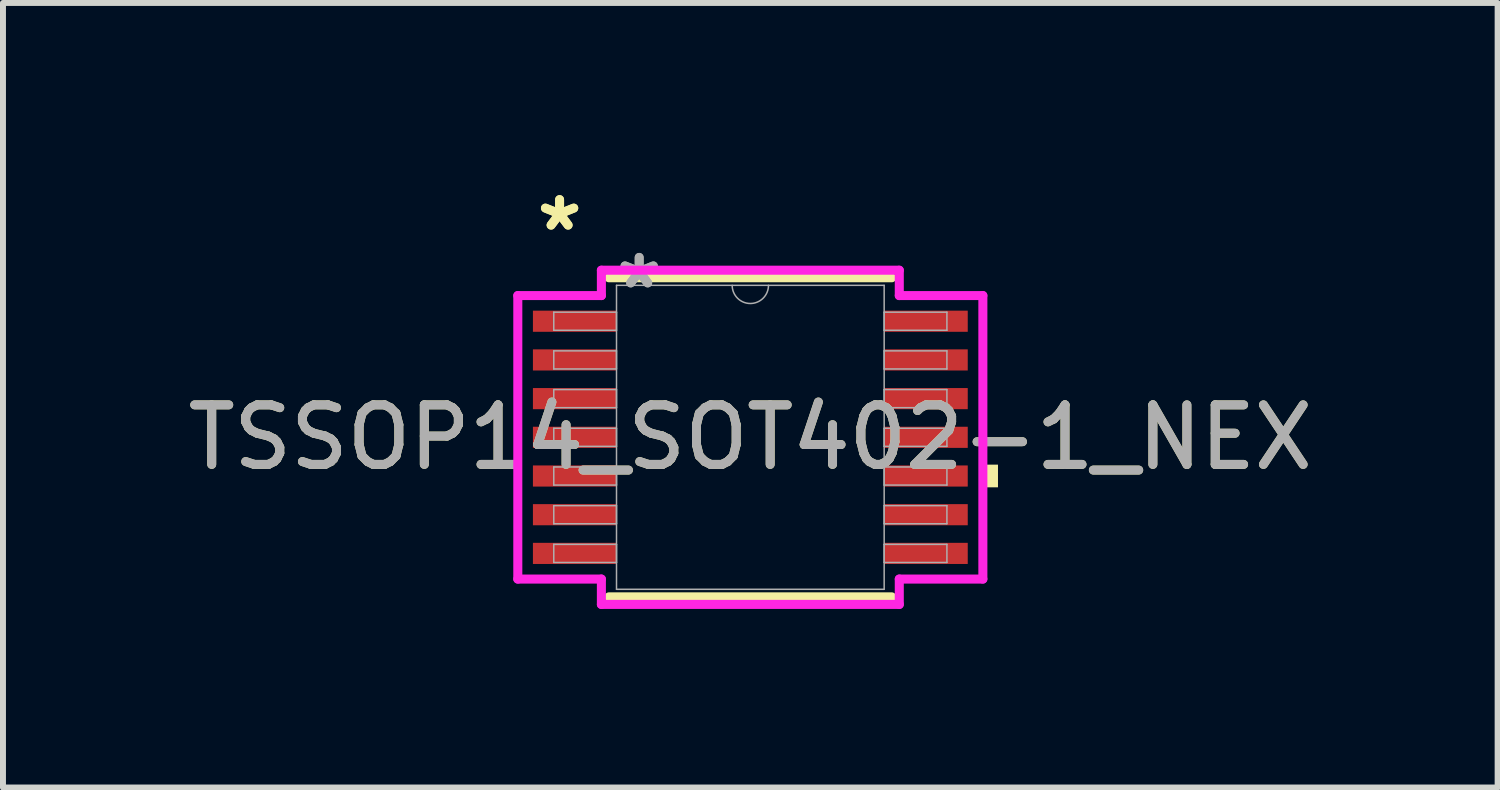
<source format=kicad_pcb>
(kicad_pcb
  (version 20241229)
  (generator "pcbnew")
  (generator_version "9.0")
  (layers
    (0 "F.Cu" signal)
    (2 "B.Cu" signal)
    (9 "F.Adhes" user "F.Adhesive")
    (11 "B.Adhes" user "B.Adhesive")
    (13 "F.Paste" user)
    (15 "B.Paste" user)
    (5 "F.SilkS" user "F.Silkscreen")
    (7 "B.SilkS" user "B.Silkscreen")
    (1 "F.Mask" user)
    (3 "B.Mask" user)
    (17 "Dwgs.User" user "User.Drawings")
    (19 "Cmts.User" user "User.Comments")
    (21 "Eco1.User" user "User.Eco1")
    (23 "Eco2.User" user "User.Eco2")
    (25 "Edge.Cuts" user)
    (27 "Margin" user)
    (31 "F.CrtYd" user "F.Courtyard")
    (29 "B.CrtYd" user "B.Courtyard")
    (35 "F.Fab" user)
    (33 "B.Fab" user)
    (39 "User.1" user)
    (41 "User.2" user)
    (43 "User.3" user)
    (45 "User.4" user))
  (footprint "TSSOP14_SOT402-1_NEX"
    (layer "F.Cu")
    (at 9.554 4.296)
    (property "Reference" "TSSOP14_SOT402-1_NEX" (at 0 0 0) (unlocked yes) (layer "F.SilkS") (effects (font (size 1 1) (thickness 0.15))))
    (attr smd)
    (fp_line (start -2.375 2.68) (end 2.375 2.68) (stroke (width 0.152) (type solid)) (layer "F.SilkS"))
    (fp_line (start 2.375 -2.68) (end -2.375 -2.68) (stroke (width 0.152) (type solid)) (layer "F.SilkS"))
    (fp_poly (pts (xy 4.16 0.459) (xy 4.16 0.84) (xy 3.906 0.84) (xy 3.906 0.459)) (stroke (width 0) (type solid)) (fill yes) (layer "F.SilkS"))
    (fp_line (start -3.906 -2.381) (end -2.502 -2.381) (stroke (width 0.152) (type solid)) (layer "F.CrtYd"))
    (fp_line (start -3.906 2.381) (end -3.906 -2.381) (stroke (width 0.152) (type solid)) (layer "F.CrtYd"))
    (fp_line (start -3.906 2.381) (end -2.502 2.381) (stroke (width 0.152) (type solid)) (layer "F.CrtYd"))
    (fp_line (start -2.502 -2.807) (end 2.502 -2.807) (stroke (width 0.152) (type solid)) (layer "F.CrtYd"))
    (fp_line (start -2.502 -2.381) (end -2.502 -2.807) (stroke (width 0.152) (type solid)) (layer "F.CrtYd"))
    (fp_line (start -2.502 2.807) (end -2.502 2.381) (stroke (width 0.152) (type solid)) (layer "F.CrtYd"))
    (fp_line (start 2.502 -2.807) (end 2.502 -2.381) (stroke (width 0.152) (type solid)) (layer "F.CrtYd"))
    (fp_line (start 2.502 2.381) (end 2.502 2.807) (stroke (width 0.152) (type solid)) (layer "F.CrtYd"))
    (fp_line (start 2.502 2.807) (end -2.502 2.807) (stroke (width 0.152) (type solid)) (layer "F.CrtYd"))
    (fp_line (start 3.906 -2.381) (end 2.502 -2.381) (stroke (width 0.152) (type solid)) (layer "F.CrtYd"))
    (fp_line (start 3.906 -2.381) (end 3.906 2.381) (stroke (width 0.152) (type solid)) (layer "F.CrtYd"))
    (fp_line (start 3.906 2.381) (end 2.502 2.381) (stroke (width 0.152) (type solid)) (layer "F.CrtYd"))
    (fp_line (start -3.302 -2.102) (end -3.302 -1.798) (stroke (width 0.025) (type solid)) (layer "F.Fab"))
    (fp_line (start -3.302 -1.798) (end -2.248 -1.798) (stroke (width 0.025) (type solid)) (layer "F.Fab"))
    (fp_line (start -3.302 -1.452) (end -3.302 -1.148) (stroke (width 0.025) (type solid)) (layer "F.Fab"))
    (fp_line (start -3.302 -1.148) (end -2.248 -1.148) (stroke (width 0.025) (type solid)) (layer "F.Fab"))
    (fp_line (start -3.302 -0.802) (end -3.302 -0.498) (stroke (width 0.025) (type solid)) (layer "F.Fab"))
    (fp_line (start -3.302 -0.498) (end -2.248 -0.498) (stroke (width 0.025) (type solid)) (layer "F.Fab"))
    (fp_line (start -3.302 -0.152) (end -3.302 0.152) (stroke (width 0.025) (type solid)) (layer "F.Fab"))
    (fp_line (start -3.302 0.152) (end -2.248 0.152) (stroke (width 0.025) (type solid)) (layer "F.Fab"))
    (fp_line (start -3.302 0.498) (end -3.302 0.802) (stroke (width 0.025) (type solid)) (layer "F.Fab"))
    (fp_line (start -3.302 0.802) (end -2.248 0.802) (stroke (width 0.025) (type solid)) (layer "F.Fab"))
    (fp_line (start -3.302 1.148) (end -3.302 1.452) (stroke (width 0.025) (type solid)) (layer "F.Fab"))
    (fp_line (start -3.302 1.452) (end -2.248 1.452) (stroke (width 0.025) (type solid)) (layer "F.Fab"))
    (fp_line (start -3.302 1.798) (end -3.302 2.102) (stroke (width 0.025) (type solid)) (layer "F.Fab"))
    (fp_line (start -3.302 2.102) (end -2.248 2.102) (stroke (width 0.025) (type solid)) (layer "F.Fab"))
    (fp_line (start -2.248 -2.553) (end -2.248 2.553) (stroke (width 0.025) (type solid)) (layer "F.Fab"))
    (fp_line (start -2.248 -2.102) (end -3.302 -2.102) (stroke (width 0.025) (type solid)) (layer "F.Fab"))
    (fp_line (start -2.248 -1.798) (end -2.248 -2.102) (stroke (width 0.025) (type solid)) (layer "F.Fab"))
    (fp_line (start -2.248 -1.452) (end -3.302 -1.452) (stroke (width 0.025) (type solid)) (layer "F.Fab"))
    (fp_line (start -2.248 -1.148) (end -2.248 -1.452) (stroke (width 0.025) (type solid)) (layer "F.Fab"))
    (fp_line (start -2.248 -0.802) (end -3.302 -0.802) (stroke (width 0.025) (type solid)) (layer "F.Fab"))
    (fp_line (start -2.248 -0.498) (end -2.248 -0.802) (stroke (width 0.025) (type solid)) (layer "F.Fab"))
    (fp_line (start -2.248 -0.152) (end -3.302 -0.152) (stroke (width 0.025) (type solid)) (layer "F.Fab"))
    (fp_line (start -2.248 0.152) (end -2.248 -0.152) (stroke (width 0.025) (type solid)) (layer "F.Fab"))
    (fp_line (start -2.248 0.498) (end -3.302 0.498) (stroke (width 0.025) (type solid)) (layer "F.Fab"))
    (fp_line (start -2.248 0.802) (end -2.248 0.498) (stroke (width 0.025) (type solid)) (layer "F.Fab"))
    (fp_line (start -2.248 1.148) (end -3.302 1.148) (stroke (width 0.025) (type solid)) (layer "F.Fab"))
    (fp_line (start -2.248 1.452) (end -2.248 1.148) (stroke (width 0.025) (type solid)) (layer "F.Fab"))
    (fp_line (start -2.248 1.798) (end -3.302 1.798) (stroke (width 0.025) (type solid)) (layer "F.Fab"))
    (fp_line (start -2.248 2.102) (end -2.248 1.798) (stroke (width 0.025) (type solid)) (layer "F.Fab"))
    (fp_line (start -2.248 2.553) (end 2.248 2.553) (stroke (width 0.025) (type solid)) (layer "F.Fab"))
    (fp_line (start 2.248 -2.553) (end -2.248 -2.553) (stroke (width 0.025) (type solid)) (layer "F.Fab"))
    (fp_line (start 2.248 -2.102) (end 2.248 -1.798) (stroke (width 0.025) (type solid)) (layer "F.Fab"))
    (fp_line (start 2.248 -1.798) (end 3.302 -1.798) (stroke (width 0.025) (type solid)) (layer "F.Fab"))
    (fp_line (start 2.248 -1.452) (end 2.248 -1.148) (stroke (width 0.025) (type solid)) (layer "F.Fab"))
    (fp_line (start 2.248 -1.148) (end 3.302 -1.148) (stroke (width 0.025) (type solid)) (layer "F.Fab"))
    (fp_line (start 2.248 -0.802) (end 2.248 -0.498) (stroke (width 0.025) (type solid)) (layer "F.Fab"))
    (fp_line (start 2.248 -0.498) (end 3.302 -0.498) (stroke (width 0.025) (type solid)) (layer "F.Fab"))
    (fp_line (start 2.248 -0.152) (end 2.248 0.152) (stroke (width 0.025) (type solid)) (layer "F.Fab"))
    (fp_line (start 2.248 0.152) (end 3.302 0.152) (stroke (width 0.025) (type solid)) (layer "F.Fab"))
    (fp_line (start 2.248 0.498) (end 2.248 0.802) (stroke (width 0.025) (type solid)) (layer "F.Fab"))
    (fp_line (start 2.248 0.802) (end 3.302 0.802) (stroke (width 0.025) (type solid)) (layer "F.Fab"))
    (fp_line (start 2.248 1.148) (end 2.248 1.452) (stroke (width 0.025) (type solid)) (layer "F.Fab"))
    (fp_line (start 2.248 1.452) (end 3.302 1.452) (stroke (width 0.025) (type solid)) (layer "F.Fab"))
    (fp_line (start 2.248 1.798) (end 2.248 2.102) (stroke (width 0.025) (type solid)) (layer "F.Fab"))
    (fp_line (start 2.248 2.102) (end 3.302 2.102) (stroke (width 0.025) (type solid)) (layer "F.Fab"))
    (fp_line (start 2.248 2.553) (end 2.248 -2.553) (stroke (width 0.025) (type solid)) (layer "F.Fab"))
    (fp_line (start 3.302 -2.102) (end 2.248 -2.102) (stroke (width 0.025) (type solid)) (layer "F.Fab"))
    (fp_line (start 3.302 -1.798) (end 3.302 -2.102) (stroke (width 0.025) (type solid)) (layer "F.Fab"))
    (fp_line (start 3.302 -1.452) (end 2.248 -1.452) (stroke (width 0.025) (type solid)) (layer "F.Fab"))
    (fp_line (start 3.302 -1.148) (end 3.302 -1.452) (stroke (width 0.025) (type solid)) (layer "F.Fab"))
    (fp_line (start 3.302 -0.802) (end 2.248 -0.802) (stroke (width 0.025) (type solid)) (layer "F.Fab"))
    (fp_line (start 3.302 -0.498) (end 3.302 -0.802) (stroke (width 0.025) (type solid)) (layer "F.Fab"))
    (fp_line (start 3.302 -0.152) (end 2.248 -0.152) (stroke (width 0.025) (type solid)) (layer "F.Fab"))
    (fp_line (start 3.302 0.152) (end 3.302 -0.152) (stroke (width 0.025) (type solid)) (layer "F.Fab"))
    (fp_line (start 3.302 0.498) (end 2.248 0.498) (stroke (width 0.025) (type solid)) (layer "F.Fab"))
    (fp_line (start 3.302 0.802) (end 3.302 0.498) (stroke (width 0.025) (type solid)) (layer "F.Fab"))
    (fp_line (start 3.302 1.148) (end 2.248 1.148) (stroke (width 0.025) (type solid)) (layer "F.Fab"))
    (fp_line (start 3.302 1.452) (end 3.302 1.148) (stroke (width 0.025) (type solid)) (layer "F.Fab"))
    (fp_line (start 3.302 1.798) (end 2.248 1.798) (stroke (width 0.025) (type solid)) (layer "F.Fab"))
    (fp_line (start 3.302 2.102) (end 3.302 1.798) (stroke (width 0.025) (type solid)) (layer "F.Fab"))
    (fp_arc (start 0.3048 -2.5527) (mid 0 -2.2479) (end -0.3048 -2.5527) (stroke (width 0.0254) (type solid)) (layer "F.Fab"))
    (fp_text user "*" (at -3.204 -3.448 0) (layer "F.SilkS") (effects (font (size 1 1) (thickness 0.15))))
    (fp_text user "*" (at -3.204 -3.448 0) (unlocked yes) (layer "F.SilkS") (effects (font (size 1 1) (thickness 0.15))))
    (fp_text user "${REFERENCE}" (at 0 0 0) (unlocked yes) (layer "F.Fab") (effects (font (size 1 1) (thickness 0.15))))
    (fp_text user "*" (at -1.867 -2.477 0) (layer "F.Fab") (effects (font (size 1 1) (thickness 0.15))))
    (fp_text user "*" (at -1.867 -2.477 0) (unlocked yes) (layer "F.Fab") (effects (font (size 1 1) (thickness 0.15))))
    (pad "1" smd rect (at -2.95 -1.95) (size 1.404 0.355) (layers "F.Cu" "F.Mask" "F.Paste"))
    (pad "2" smd rect (at -2.95 -1.3) (size 1.404 0.355) (layers "F.Cu" "F.Mask" "F.Paste"))
    (pad "3" smd rect (at -2.95 -0.65) (size 1.404 0.355) (layers "F.Cu" "F.Mask" "F.Paste"))
    (pad "4" smd rect (at -2.95 0) (size 1.404 0.355) (layers "F.Cu" "F.Mask" "F.Paste"))
    (pad "5" smd rect (at -2.95 0.65) (size 1.404 0.355) (layers "F.Cu" "F.Mask" "F.Paste"))
    (pad "6" smd rect (at -2.95 1.3) (size 1.404 0.355) (layers "F.Cu" "F.Mask" "F.Paste"))
    (pad "7" smd rect (at -2.95 1.95) (size 1.404 0.355) (layers "F.Cu" "F.Mask" "F.Paste"))
    (pad "8" smd rect (at 2.95 1.95) (size 1.404 0.355) (layers "F.Cu" "F.Mask" "F.Paste"))
    (pad "9" smd rect (at 2.95 1.3) (size 1.404 0.355) (layers "F.Cu" "F.Mask" "F.Paste"))
    (pad "10" smd rect (at 2.95 0.65) (size 1.404 0.355) (layers "F.Cu" "F.Mask" "F.Paste"))
    (pad "11" smd rect (at 2.95 0) (size 1.404 0.355) (layers "F.Cu" "F.Mask" "F.Paste"))
    (pad "12" smd rect (at 2.95 -0.65) (size 1.404 0.355) (layers "F.Cu" "F.Mask" "F.Paste"))
    (pad "13" smd rect (at 2.95 -1.3) (size 1.404 0.355) (layers "F.Cu" "F.Mask" "F.Paste"))
    (pad "14" smd rect (at 2.95 -1.95) (size 1.404 0.355) (layers "F.Cu" "F.Mask" "F.Paste")))
  (gr_rect
    (start -3 -3)
    (end 22.107 10.179)
    (stroke (width 0.1) (type default))
    (fill no)
    (layer "Edge.Cuts")))
</source>
